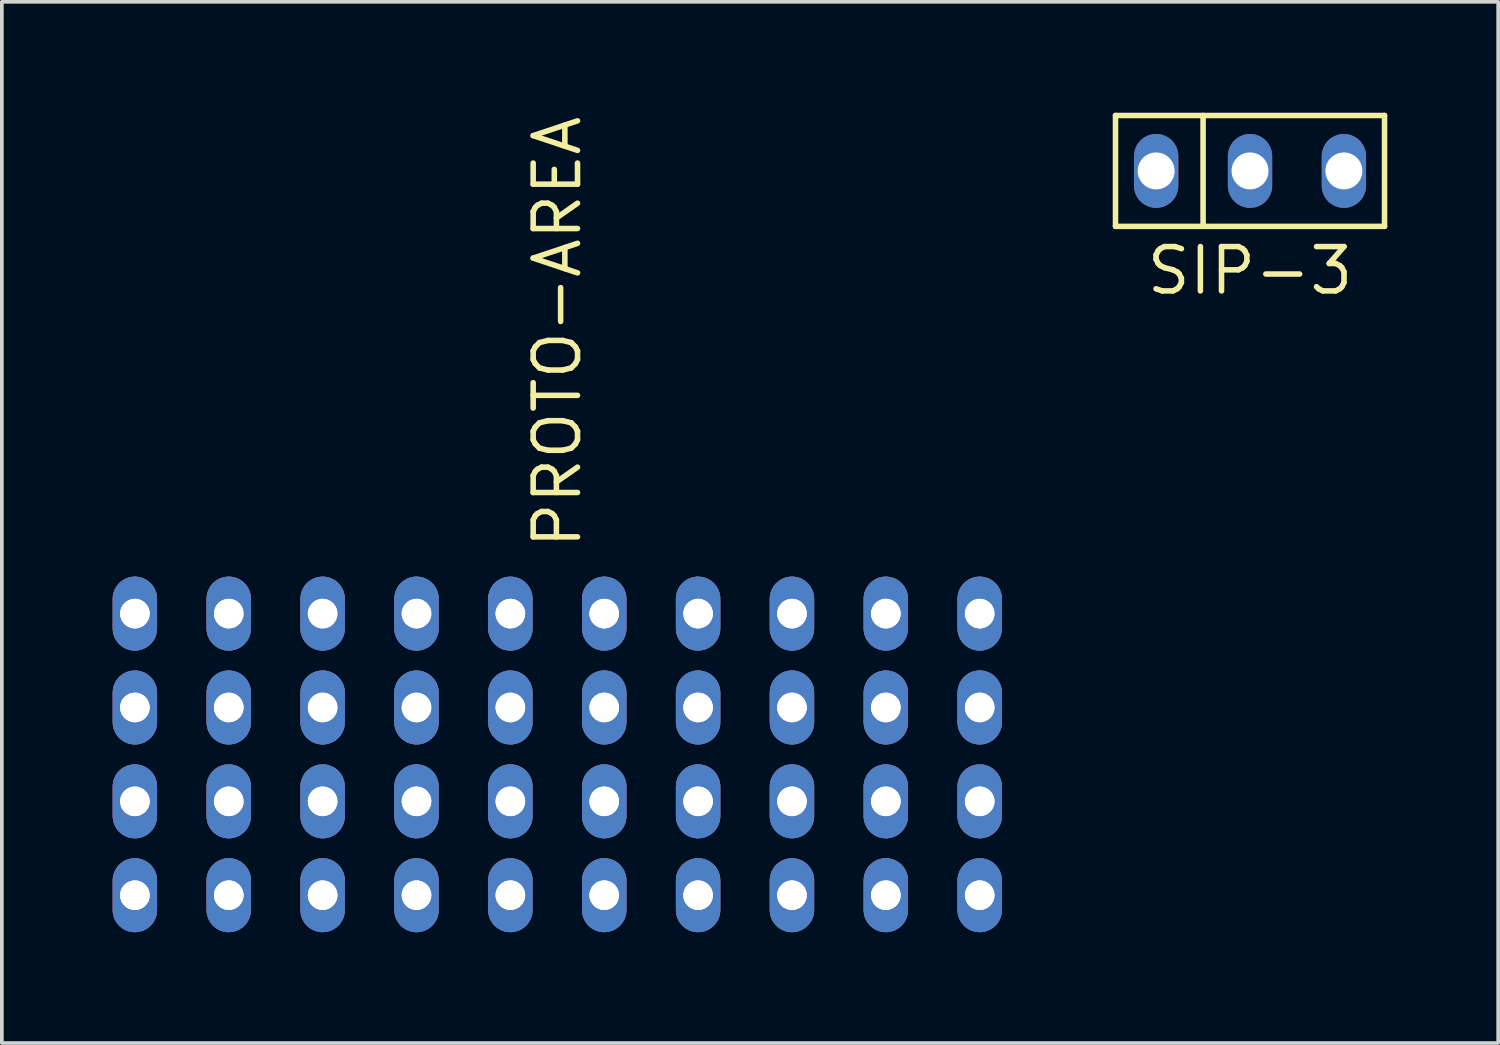
<source format=kicad_pcb>
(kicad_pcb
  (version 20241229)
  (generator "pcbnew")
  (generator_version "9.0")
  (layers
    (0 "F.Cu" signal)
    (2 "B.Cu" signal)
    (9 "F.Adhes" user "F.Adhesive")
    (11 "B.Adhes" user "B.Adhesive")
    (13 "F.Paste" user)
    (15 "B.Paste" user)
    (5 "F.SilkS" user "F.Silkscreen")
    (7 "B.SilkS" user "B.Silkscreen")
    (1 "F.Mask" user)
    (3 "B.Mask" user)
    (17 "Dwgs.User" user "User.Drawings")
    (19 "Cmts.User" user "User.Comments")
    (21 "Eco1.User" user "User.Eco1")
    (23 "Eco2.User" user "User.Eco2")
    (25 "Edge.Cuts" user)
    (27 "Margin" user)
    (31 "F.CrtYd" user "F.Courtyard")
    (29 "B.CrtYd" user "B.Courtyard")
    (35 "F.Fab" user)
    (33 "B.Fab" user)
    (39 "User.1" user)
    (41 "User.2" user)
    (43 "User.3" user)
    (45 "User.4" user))
  (footprint "PROTO-AREA"
    (layer "F.Cu")
    (at 12.03 14.824)
    (property "Reference" "PROTO-AREA" (at 0 -8.89 90) (layer "F.SilkS") (effects (font (size 1.2 1.2) (thickness 0.15))))
    (attr through_hole)
    (pad "1" thru_hole oval (at -11.43 1.27) (size 1.2 2) (drill 0.8) (layers "*.Cu" "*.Mask"))
    (pad "1" thru_hole oval (at -11.43 1.27) (size 1.2 2) (drill 0.8) (layers "*.Cu" "*.Mask"))
    (pad "1" thru_hole oval (at -11.43 6.35) (size 1.2 2) (drill 0.8) (layers "*.Cu" "*.Mask"))
    (pad "1" thru_hole oval (at -11.43 6.35) (size 1.2 2) (drill 0.8) (layers "*.Cu" "*.Mask"))
    (pad "2" thru_hole oval (at -8.89 1.27) (size 1.2 2) (drill 0.8) (layers "*.Cu" "*.Mask"))
    (pad "2" thru_hole oval (at -8.89 1.27) (size 1.2 2) (drill 0.8) (layers "*.Cu" "*.Mask"))
    (pad "2" thru_hole oval (at -8.89 6.35) (size 1.2 2) (drill 0.8) (layers "*.Cu" "*.Mask"))
    (pad "2" thru_hole oval (at -8.89 6.35) (size 1.2 2) (drill 0.8) (layers "*.Cu" "*.Mask"))
    (pad "3" thru_hole oval (at -6.35 1.27) (size 1.2 2) (drill 0.8) (layers "*.Cu" "*.Mask"))
    (pad "3" thru_hole oval (at -6.35 1.27) (size 1.2 2) (drill 0.8) (layers "*.Cu" "*.Mask"))
    (pad "3" thru_hole oval (at -6.35 6.35) (size 1.2 2) (drill 0.8) (layers "*.Cu" "*.Mask"))
    (pad "3" thru_hole oval (at -6.35 6.35) (size 1.2 2) (drill 0.8) (layers "*.Cu" "*.Mask"))
    (pad "4" thru_hole oval (at -3.81 1.27) (size 1.2 2) (drill 0.8) (layers "*.Cu" "*.Mask"))
    (pad "4" thru_hole oval (at -3.81 1.27) (size 1.2 2) (drill 0.8) (layers "*.Cu" "*.Mask"))
    (pad "4" thru_hole oval (at -3.81 6.35) (size 1.2 2) (drill 0.8) (layers "*.Cu" "*.Mask"))
    (pad "4" thru_hole oval (at -3.81 6.35) (size 1.2 2) (drill 0.8) (layers "*.Cu" "*.Mask"))
    (pad "5" thru_hole oval (at -1.27 1.27) (size 1.2 2) (drill 0.8) (layers "*.Cu" "*.Mask"))
    (pad "5" thru_hole oval (at -1.27 1.27) (size 1.2 2) (drill 0.8) (layers "*.Cu" "*.Mask"))
    (pad "5" thru_hole oval (at -1.27 6.35) (size 1.2 2) (drill 0.8) (layers "*.Cu" "*.Mask"))
    (pad "5" thru_hole oval (at -1.27 6.35) (size 1.2 2) (drill 0.8) (layers "*.Cu" "*.Mask"))
    (pad "6" thru_hole oval (at 1.27 1.27) (size 1.2 2) (drill 0.8) (layers "*.Cu" "*.Mask"))
    (pad "6" thru_hole oval (at 1.27 1.27) (size 1.2 2) (drill 0.8) (layers "*.Cu" "*.Mask"))
    (pad "6" thru_hole oval (at 1.27 6.35) (size 1.2 2) (drill 0.8) (layers "*.Cu" "*.Mask"))
    (pad "6" thru_hole oval (at 1.27 6.35) (size 1.2 2) (drill 0.8) (layers "*.Cu" "*.Mask"))
    (pad "7" thru_hole oval (at 3.81 1.27) (size 1.2 2) (drill 0.8) (layers "*.Cu" "*.Mask"))
    (pad "7" thru_hole oval (at 3.81 1.27) (size 1.2 2) (drill 0.8) (layers "*.Cu" "*.Mask"))
    (pad "7" thru_hole oval (at 3.81 6.35) (size 1.2 2) (drill 0.8) (layers "*.Cu" "*.Mask"))
    (pad "7" thru_hole oval (at 3.81 6.35) (size 1.2 2) (drill 0.8) (layers "*.Cu" "*.Mask"))
    (pad "8" thru_hole oval (at 6.35 1.27) (size 1.2 2) (drill 0.8) (layers "*.Cu" "*.Mask"))
    (pad "8" thru_hole oval (at 6.35 1.27) (size 1.2 2) (drill 0.8) (layers "*.Cu" "*.Mask"))
    (pad "8" thru_hole oval (at 6.35 6.35) (size 1.2 2) (drill 0.8) (layers "*.Cu" "*.Mask"))
    (pad "8" thru_hole oval (at 6.35 6.35) (size 1.2 2) (drill 0.8) (layers "*.Cu" "*.Mask"))
    (pad "9" thru_hole oval (at 8.89 1.27) (size 1.2 2) (drill 0.8) (layers "*.Cu" "*.Mask"))
    (pad "9" thru_hole oval (at 8.89 1.27) (size 1.2 2) (drill 0.8) (layers "*.Cu" "*.Mask"))
    (pad "9" thru_hole oval (at 8.89 6.35) (size 1.2 2) (drill 0.8) (layers "*.Cu" "*.Mask"))
    (pad "9" thru_hole oval (at 8.89 6.35) (size 1.2 2) (drill 0.8) (layers "*.Cu" "*.Mask"))
    (pad "10" thru_hole oval (at 11.43 1.27) (size 1.2 2) (drill 0.8) (layers "*.Cu" "*.Mask"))
    (pad "10" thru_hole oval (at 11.43 1.27) (size 1.2 2) (drill 0.8) (layers "*.Cu" "*.Mask"))
    (pad "10" thru_hole oval (at 11.43 6.35) (size 1.2 2) (drill 0.8) (layers "*.Cu" "*.Mask"))
    (pad "10" thru_hole oval (at 11.43 6.35) (size 1.2 2) (drill 0.8) (layers "*.Cu" "*.Mask"))
    (pad "11" thru_hole oval (at 11.43 -1.27) (size 1.2 2) (drill 0.8) (layers "*.Cu" "*.Mask"))
    (pad "11" thru_hole oval (at 11.43 -1.27) (size 1.2 2) (drill 0.8) (layers "*.Cu" "*.Mask"))
    (pad "11" thru_hole oval (at 11.43 3.81) (size 1.2 2) (drill 0.8) (layers "*.Cu" "*.Mask"))
    (pad "11" thru_hole oval (at 11.43 3.81) (size 1.2 2) (drill 0.8) (layers "*.Cu" "*.Mask"))
    (pad "12" thru_hole oval (at 8.89 -1.27) (size 1.2 2) (drill 0.8) (layers "*.Cu" "*.Mask"))
    (pad "12" thru_hole oval (at 8.89 -1.27) (size 1.2 2) (drill 0.8) (layers "*.Cu" "*.Mask"))
    (pad "12" thru_hole oval (at 8.89 3.81) (size 1.2 2) (drill 0.8) (layers "*.Cu" "*.Mask"))
    (pad "12" thru_hole oval (at 8.89 3.81) (size 1.2 2) (drill 0.8) (layers "*.Cu" "*.Mask"))
    (pad "13" thru_hole oval (at 6.35 -1.27) (size 1.2 2) (drill 0.8) (layers "*.Cu" "*.Mask"))
    (pad "13" thru_hole oval (at 6.35 -1.27) (size 1.2 2) (drill 0.8) (layers "*.Cu" "*.Mask"))
    (pad "13" thru_hole oval (at 6.35 3.81) (size 1.2 2) (drill 0.8) (layers "*.Cu" "*.Mask"))
    (pad "13" thru_hole oval (at 6.35 3.81) (size 1.2 2) (drill 0.8) (layers "*.Cu" "*.Mask"))
    (pad "14" thru_hole oval (at 3.81 -1.27) (size 1.2 2) (drill 0.8) (layers "*.Cu" "*.Mask"))
    (pad "14" thru_hole oval (at 3.81 -1.27) (size 1.2 2) (drill 0.8) (layers "*.Cu" "*.Mask"))
    (pad "14" thru_hole oval (at 3.81 3.81) (size 1.2 2) (drill 0.8) (layers "*.Cu" "*.Mask"))
    (pad "14" thru_hole oval (at 3.81 3.81) (size 1.2 2) (drill 0.8) (layers "*.Cu" "*.Mask"))
    (pad "15" thru_hole oval (at 1.27 -1.27) (size 1.2 2) (drill 0.8) (layers "*.Cu" "*.Mask"))
    (pad "15" thru_hole oval (at 1.27 -1.27) (size 1.2 2) (drill 0.8) (layers "*.Cu" "*.Mask"))
    (pad "15" thru_hole oval (at 1.27 3.81) (size 1.2 2) (drill 0.8) (layers "*.Cu" "*.Mask"))
    (pad "15" thru_hole oval (at 1.27 3.81) (size 1.2 2) (drill 0.8) (layers "*.Cu" "*.Mask"))
    (pad "16" thru_hole oval (at -1.27 -1.27) (size 1.2 2) (drill 0.8) (layers "*.Cu" "*.Mask"))
    (pad "16" thru_hole oval (at -1.27 -1.27) (size 1.2 2) (drill 0.8) (layers "*.Cu" "*.Mask"))
    (pad "16" thru_hole oval (at -1.27 3.81) (size 1.2 2) (drill 0.8) (layers "*.Cu" "*.Mask"))
    (pad "16" thru_hole oval (at -1.27 3.81) (size 1.2 2) (drill 0.8) (layers "*.Cu" "*.Mask"))
    (pad "17" thru_hole oval (at -3.81 -1.27) (size 1.2 2) (drill 0.8) (layers "*.Cu" "*.Mask"))
    (pad "17" thru_hole oval (at -3.81 -1.27) (size 1.2 2) (drill 0.8) (layers "*.Cu" "*.Mask"))
    (pad "17" thru_hole oval (at -3.81 3.81) (size 1.2 2) (drill 0.8) (layers "*.Cu" "*.Mask"))
    (pad "17" thru_hole oval (at -3.81 3.81) (size 1.2 2) (drill 0.8) (layers "*.Cu" "*.Mask"))
    (pad "18" thru_hole oval (at -6.35 -1.27) (size 1.2 2) (drill 0.8) (layers "*.Cu" "*.Mask"))
    (pad "18" thru_hole oval (at -6.35 -1.27) (size 1.2 2) (drill 0.8) (layers "*.Cu" "*.Mask"))
    (pad "18" thru_hole oval (at -6.35 3.81) (size 1.2 2) (drill 0.8) (layers "*.Cu" "*.Mask"))
    (pad "18" thru_hole oval (at -6.35 3.81) (size 1.2 2) (drill 0.8) (layers "*.Cu" "*.Mask"))
    (pad "19" thru_hole oval (at -8.89 -1.27) (size 1.2 2) (drill 0.8) (layers "*.Cu" "*.Mask"))
    (pad "19" thru_hole oval (at -8.89 -1.27) (size 1.2 2) (drill 0.8) (layers "*.Cu" "*.Mask"))
    (pad "19" thru_hole oval (at -8.89 3.81) (size 1.2 2) (drill 0.8) (layers "*.Cu" "*.Mask"))
    (pad "19" thru_hole oval (at -8.89 3.81) (size 1.2 2) (drill 0.8) (layers "*.Cu" "*.Mask"))
    (pad "20" thru_hole oval (at -11.43 -1.27) (size 1.2 2) (drill 0.8) (layers "*.Cu" "*.Mask"))
    (pad "20" thru_hole oval (at -11.43 -1.27) (size 1.2 2) (drill 0.8) (layers "*.Cu" "*.Mask"))
    (pad "20" thru_hole oval (at -11.43 3.81) (size 1.2 2) (drill 0.8) (layers "*.Cu" "*.Mask"))
    (pad "20" thru_hole oval (at -11.43 3.81) (size 1.2 2) (drill 0.8) (layers "*.Cu" "*.Mask")))
  (footprint "SIP-3"
    (layer "F.Cu")
    (at 30.775 1.575)
    (property "Reference" "SIP-3" (at 0 2.7 0) (layer "F.SilkS") (effects (font (size 1.2 1.2) (thickness 0.15))))
    (attr through_hole)
    (fp_line (start -3.64 -1.5) (end 3.64 -1.5) (stroke (width 0.15) (type solid)) (layer "F.SilkS"))
    (fp_line (start -3.64 1.5) (end -3.64 -1.5) (stroke (width 0.15) (type solid)) (layer "F.SilkS"))
    (fp_line (start -1.27 -1.5) (end -1.27 1.5) (stroke (width 0.15) (type solid)) (layer "F.SilkS"))
    (fp_line (start 3.64 -1.5) (end 3.64 1.5) (stroke (width 0.15) (type solid)) (layer "F.SilkS"))
    (fp_line (start 3.64 1.5) (end -3.64 1.5) (stroke (width 0.15) (type solid)) (layer "F.SilkS"))
    (pad "1" thru_hole oval (at -2.54 0) (size 1.2 2) (drill 1) (layers "*.Cu" "*.Mask"))
    (pad "2" thru_hole oval (at 0 0) (size 1.2 2) (drill 1) (layers "*.Cu" "*.Mask"))
    (pad "3" thru_hole oval (at 2.54 0) (size 1.2 2) (drill 1) (layers "*.Cu" "*.Mask")))
  (gr_rect
    (start -3 -3)
    (end 37.49 25.174)
    (stroke (width 0.1) (type default))
    (fill no)
    (layer "Edge.Cuts")))
</source>
